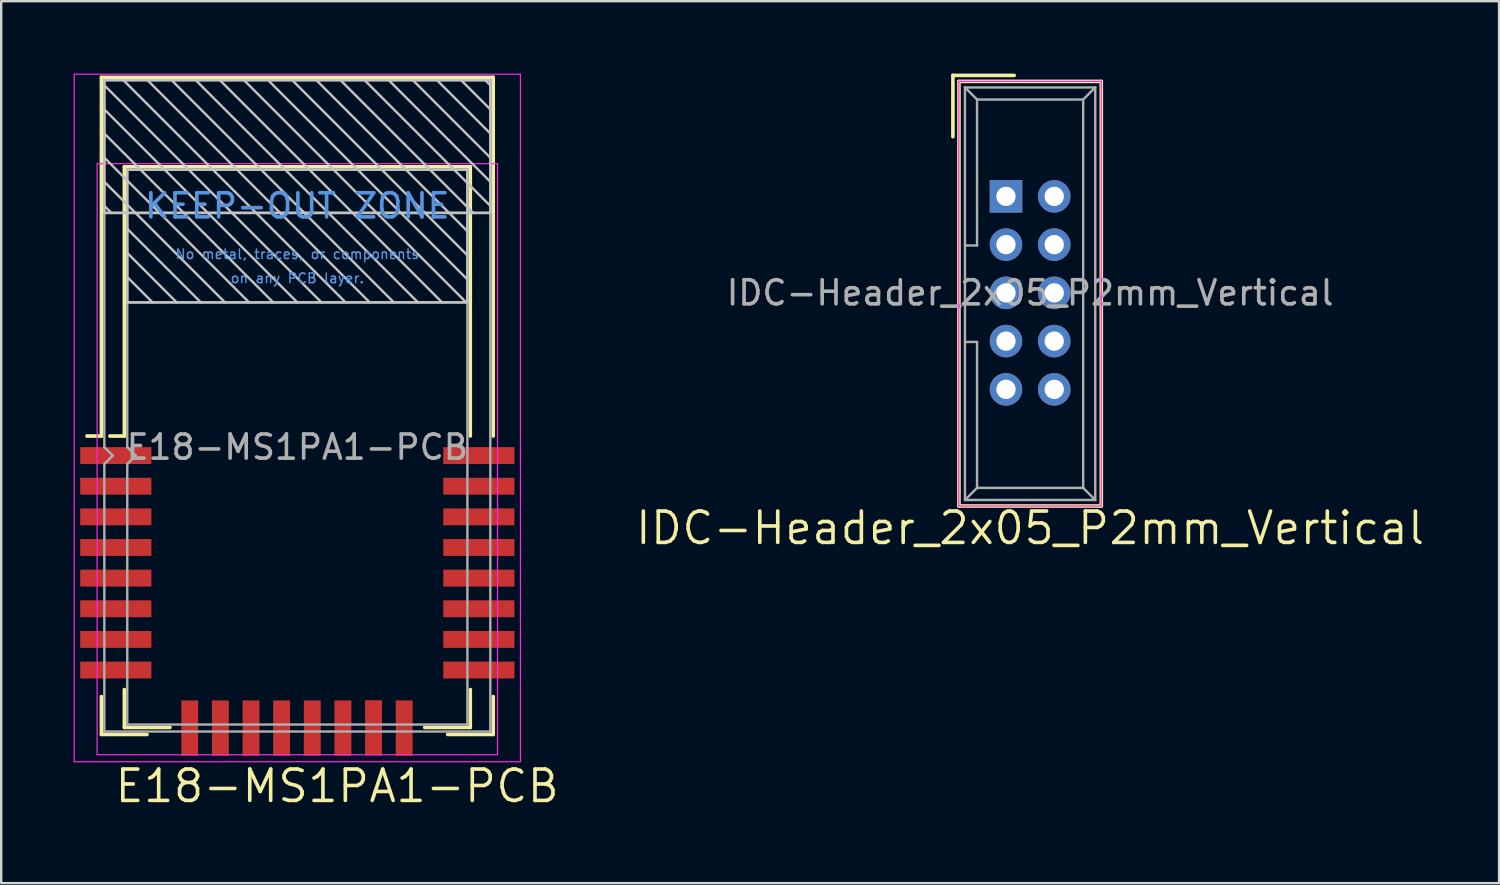
<source format=kicad_pcb>
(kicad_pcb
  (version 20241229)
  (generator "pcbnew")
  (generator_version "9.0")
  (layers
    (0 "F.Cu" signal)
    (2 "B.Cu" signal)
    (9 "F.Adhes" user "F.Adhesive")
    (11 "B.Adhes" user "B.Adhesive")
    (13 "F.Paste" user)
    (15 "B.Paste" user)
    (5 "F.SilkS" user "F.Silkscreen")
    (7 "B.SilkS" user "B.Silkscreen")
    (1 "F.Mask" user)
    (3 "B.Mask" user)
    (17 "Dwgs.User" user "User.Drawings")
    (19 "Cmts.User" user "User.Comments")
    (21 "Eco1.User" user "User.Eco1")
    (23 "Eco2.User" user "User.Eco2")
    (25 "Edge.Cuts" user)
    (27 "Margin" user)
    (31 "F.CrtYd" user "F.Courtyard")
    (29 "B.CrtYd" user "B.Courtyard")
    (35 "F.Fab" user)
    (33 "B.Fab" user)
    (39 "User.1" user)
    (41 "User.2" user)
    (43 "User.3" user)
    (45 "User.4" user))
  (footprint "E18-MS1PA1-PCB"
    (layer "F.Cu")
    (at 9.275 15.485)
    (property "Reference" "E18-MS1PA1-PCB" (at 1.65 14.05 180) (layer "F.SilkS") (effects (font (size 1.3 1.3) (thickness 0.15))))
    (attr smd)
    (fp_line (start -8.12 -15.33) (end -8.12 -0.46) (stroke (width 0.15) (type solid)) (layer "F.SilkS"))
    (fp_line (start -8.12 -0.46) (end -8.72 -0.46) (stroke (width 0.15) (type solid)) (layer "F.SilkS"))
    (fp_line (start -8.12 11.91) (end -8.12 10.34) (stroke (width 0.15) (type solid)) (layer "F.SilkS"))
    (fp_line (start -8.12 11.91) (end -6.23 11.91) (stroke (width 0.15) (type solid)) (layer "F.SilkS"))
    (fp_line (start -7.17 -11.62) (end -7.17 -0.46) (stroke (width 0.15) (type solid)) (layer "F.SilkS"))
    (fp_line (start -7.17 -0.46) (end -7.77 -0.46) (stroke (width 0.15) (type solid)) (layer "F.SilkS"))
    (fp_line (start -7.17 11.62) (end -7.17 10.05) (stroke (width 0.15) (type solid)) (layer "F.SilkS"))
    (fp_line (start -7.17 11.62) (end -5.28 11.62) (stroke (width 0.15) (type solid)) (layer "F.SilkS"))
    (fp_line (start 5.28 11.62) (end 7.17 11.62) (stroke (width 0.15) (type solid)) (layer "F.SilkS"))
    (fp_line (start 6.23 11.91) (end 8.12 11.91) (stroke (width 0.15) (type solid)) (layer "F.SilkS"))
    (fp_line (start 7.17 -11.62) (end -7.17 -11.62) (stroke (width 0.15) (type solid)) (layer "F.SilkS"))
    (fp_line (start 7.17 -0.46) (end 7.17 -11.62) (stroke (width 0.15) (type solid)) (layer "F.SilkS"))
    (fp_line (start 7.17 11.62) (end 7.17 10.05) (stroke (width 0.15) (type solid)) (layer "F.SilkS"))
    (fp_line (start 8.12 -15.33) (end -8.12 -15.33) (stroke (width 0.15) (type solid)) (layer "F.SilkS"))
    (fp_line (start 8.12 -0.46) (end 8.12 -15.33) (stroke (width 0.15) (type solid)) (layer "F.SilkS"))
    (fp_line (start 8.12 11.91) (end 8.12 10.34) (stroke (width 0.15) (type solid)) (layer "F.SilkS"))
    (fp_line (start -8 -15.21) (end 8 -15.21) (stroke (width 0.1) (type solid)) (layer "Dwgs.User"))
    (fp_line (start -8 -9.71) (end -8 -15.21) (stroke (width 0.1) (type solid)) (layer "Dwgs.User"))
    (fp_line (start -7.71 -9.71) (end -8 -10) (stroke (width 0.1) (type solid)) (layer "Dwgs.User"))
    (fp_line (start -7.05 -11.5) (end 7.05 -11.5) (stroke (width 0.1) (type solid)) (layer "Dwgs.User"))
    (fp_line (start -7.05 -6) (end -7.05 -11.5) (stroke (width 0.1) (type solid)) (layer "Dwgs.User"))
    (fp_line (start -6 -6) (end -7.05 -7.05) (stroke (width 0.1) (type solid)) (layer "Dwgs.User"))
    (fp_line (start -5 -6) (end -7.05 -8.05) (stroke (width 0.1) (type solid)) (layer "Dwgs.User"))
    (fp_line (start -4 -6) (end -7.05 -9.05) (stroke (width 0.1) (type solid)) (layer "Dwgs.User"))
    (fp_line (start -3 -6) (end -8 -11) (stroke (width 0.1) (type solid)) (layer "Dwgs.User"))
    (fp_line (start -2 -6) (end -8 -12) (stroke (width 0.1) (type solid)) (layer "Dwgs.User"))
    (fp_line (start -1.21 -15.21) (end 7.05 -6.95) (stroke (width 0.1) (type solid)) (layer "Dwgs.User"))
    (fp_line (start -1 -6) (end -8 -13) (stroke (width 0.1) (type solid)) (layer "Dwgs.User"))
    (fp_line (start 0 -6) (end -8 -14) (stroke (width 0.1) (type solid)) (layer "Dwgs.User"))
    (fp_line (start 0.79 -15.21) (end 7.05 -8.95) (stroke (width 0.1) (type solid)) (layer "Dwgs.User"))
    (fp_line (start 1 -6) (end -8 -15) (stroke (width 0.1) (type solid)) (layer "Dwgs.User"))
    (fp_line (start 2 -6) (end -7.21 -15.21) (stroke (width 0.1) (type solid)) (layer "Dwgs.User"))
    (fp_line (start 2.79 -15.21) (end 8 -10) (stroke (width 0.1) (type solid)) (layer "Dwgs.User"))
    (fp_line (start 3 -6) (end -6.21 -15.21) (stroke (width 0.1) (type solid)) (layer "Dwgs.User"))
    (fp_line (start 3.79 -15.21) (end 8 -11) (stroke (width 0.1) (type solid)) (layer "Dwgs.User"))
    (fp_line (start 4 -6) (end -5.21 -15.21) (stroke (width 0.1) (type solid)) (layer "Dwgs.User"))
    (fp_line (start 4.79 -15.21) (end 8 -12) (stroke (width 0.1) (type solid)) (layer "Dwgs.User"))
    (fp_line (start 5 -6) (end -4.21 -15.21) (stroke (width 0.1) (type solid)) (layer "Dwgs.User"))
    (fp_line (start 5.79 -15.21) (end 8 -13) (stroke (width 0.1) (type solid)) (layer "Dwgs.User"))
    (fp_line (start 6 -6) (end -3.21 -15.21) (stroke (width 0.1) (type solid)) (layer "Dwgs.User"))
    (fp_line (start 6.79 -15.21) (end 8 -14) (stroke (width 0.1) (type solid)) (layer "Dwgs.User"))
    (fp_line (start 7 -6) (end -2.21 -15.21) (stroke (width 0.1) (type solid)) (layer "Dwgs.User"))
    (fp_line (start 7.05 -11.5) (end 7.05 -6) (stroke (width 0.1) (type solid)) (layer "Dwgs.User"))
    (fp_line (start 7.05 -7.95) (end -0.21 -15.21) (stroke (width 0.1) (type solid)) (layer "Dwgs.User"))
    (fp_line (start 7.05 -6) (end -7.05 -6) (stroke (width 0.1) (type solid)) (layer "Dwgs.User"))
    (fp_line (start 7.29 -9.71) (end 1.79 -15.21) (stroke (width 0.1) (type solid)) (layer "Dwgs.User"))
    (fp_line (start 7.79 -15.21) (end 8 -15) (stroke (width 0.1) (type solid)) (layer "Dwgs.User"))
    (fp_line (start 8 -15.21) (end 8 -9.71) (stroke (width 0.1) (type solid)) (layer "Dwgs.User"))
    (fp_line (start 8 -9.71) (end -8 -9.71) (stroke (width 0.1) (type solid)) (layer "Dwgs.User"))
    (fp_line (start -9.25 -15.46) (end 9.25 -15.46) (stroke (width 0.05) (type solid)) (layer "F.CrtYd"))
    (fp_line (start -9.25 13.04) (end -9.25 -15.46) (stroke (width 0.05) (type solid)) (layer "F.CrtYd"))
    (fp_line (start -8.3 -11.75) (end 8.3 -11.75) (stroke (width 0.05) (type solid)) (layer "F.CrtYd"))
    (fp_line (start -8.3 12.75) (end -8.3 -11.75) (stroke (width 0.05) (type solid)) (layer "F.CrtYd"))
    (fp_line (start 8.3 -11.75) (end 8.3 12.75) (stroke (width 0.05) (type solid)) (layer "F.CrtYd"))
    (fp_line (start 8.3 12.75) (end -8.3 12.75) (stroke (width 0.05) (type solid)) (layer "F.CrtYd"))
    (fp_line (start 9.25 -15.46) (end 9.25 13.04) (stroke (width 0.05) (type solid)) (layer "F.CrtYd"))
    (fp_line (start 9.25 13.04) (end -9.25 13.04) (stroke (width 0.05) (type solid)) (layer "F.CrtYd"))
    (fp_line (start -8 -15.21) (end -8 0) (stroke (width 0.1) (type solid)) (layer "F.Fab"))
    (fp_line (start -8 -15.21) (end 8 -15.21) (stroke (width 0.1) (type solid)) (layer "F.Fab"))
    (fp_line (start -8 0) (end -7.65 0.35) (stroke (width 0.1) (type solid)) (layer "F.Fab"))
    (fp_line (start -8 0.7) (end -8 11.79) (stroke (width 0.1) (type solid)) (layer "F.Fab"))
    (fp_line (start -7.65 0.35) (end -8 0.7) (stroke (width 0.1) (type solid)) (layer "F.Fab"))
    (fp_line (start -7.05 -11.5) (end -7.05 0) (stroke (width 0.1) (type solid)) (layer "F.Fab"))
    (fp_line (start -7.05 -11.5) (end 7.05 -11.5) (stroke (width 0.1) (type solid)) (layer "F.Fab"))
    (fp_line (start -7.05 0) (end -6.7 0.35) (stroke (width 0.1) (type solid)) (layer "F.Fab"))
    (fp_line (start -7.05 0.7) (end -7.05 11.5) (stroke (width 0.1) (type solid)) (layer "F.Fab"))
    (fp_line (start -6.7 0.35) (end -7.05 0.7) (stroke (width 0.1) (type solid)) (layer "F.Fab"))
    (fp_line (start 7.05 -11.5) (end 7.05 11.5) (stroke (width 0.1) (type solid)) (layer "F.Fab"))
    (fp_line (start 7.05 -6) (end -7.05 -6) (stroke (width 0.1) (type solid)) (layer "F.Fab"))
    (fp_line (start 7.05 11.5) (end -7.05 11.5) (stroke (width 0.1) (type solid)) (layer "F.Fab"))
    (fp_line (start 8 -15.21) (end 8 11.79) (stroke (width 0.1) (type solid)) (layer "F.Fab"))
    (fp_line (start 8 -9.71) (end -8 -9.71) (stroke (width 0.1) (type solid)) (layer "F.Fab"))
    (fp_line (start 8 11.79) (end -8 11.79) (stroke (width 0.1) (type solid)) (layer "F.Fab"))
    (fp_text user "on any PCB layer." (at 0 -7 180) (layer "Cmts.User") (effects (font (size 0.4 0.4) (thickness 0.06))))
    (fp_text user "No metal, traces, or components" (at 0 -8 180) (layer "Cmts.User") (effects (font (size 0.4 0.4) (thickness 0.06))))
    (fp_text user "KEEP-OUT ZONE" (at 0 -10 180) (layer "Cmts.User") (effects (font (size 1 1) (thickness 0.15))))
    (fp_text user "${REFERENCE}" (at 0 0 180) (layer "F.Fab") (effects (font (size 1 1) (thickness 0.15))))
    (pad "1" smd rect (at -7.525 0.35 270) (size 0.7 2.95) (layers "F.Cu" "F.Mask" "F.Paste"))
    (pad "2" smd rect (at -7.525 1.62 270) (size 0.7 2.95) (layers "F.Cu" "F.Mask" "F.Paste"))
    (pad "3" smd rect (at -7.525 2.89 270) (size 0.7 2.95) (layers "F.Cu" "F.Mask" "F.Paste"))
    (pad "4" smd rect (at -7.525 4.16 270) (size 0.7 2.95) (layers "F.Cu" "F.Mask" "F.Paste"))
    (pad "5" smd rect (at -7.525 5.43 270) (size 0.7 2.95) (layers "F.Cu" "F.Mask" "F.Paste"))
    (pad "6" smd rect (at -7.525 6.7 270) (size 0.7 2.95) (layers "F.Cu" "F.Mask" "F.Paste"))
    (pad "7" smd rect (at -7.525 7.97 270) (size 0.7 2.95) (layers "F.Cu" "F.Mask" "F.Paste"))
    (pad "8" smd rect (at -7.525 9.24 270) (size 0.7 2.95) (layers "F.Cu" "F.Mask" "F.Paste"))
    (pad "9" smd rect (at -4.46 11.645 180) (size 0.7 2.29) (layers "F.Cu" "F.Mask" "F.Paste"))
    (pad "10" smd rect (at -3.19 11.645 180) (size 0.7 2.29) (layers "F.Cu" "F.Mask" "F.Paste"))
    (pad "11" smd rect (at -1.92 11.645 180) (size 0.7 2.29) (layers "F.Cu" "F.Mask" "F.Paste"))
    (pad "12" smd rect (at -0.65 11.645 180) (size 0.7 2.29) (layers "F.Cu" "F.Mask" "F.Paste"))
    (pad "13" smd rect (at 0.62 11.645 180) (size 0.7 2.29) (layers "F.Cu" "F.Mask" "F.Paste"))
    (pad "14" smd rect (at 1.89 11.645 180) (size 0.7 2.29) (layers "F.Cu" "F.Mask" "F.Paste"))
    (pad "15" smd rect (at 3.16 11.635 180) (size 0.7 2.29) (layers "F.Cu" "F.Mask" "F.Paste"))
    (pad "16" smd rect (at 4.43 11.645 180) (size 0.7 2.29) (layers "F.Cu" "F.Mask" "F.Paste"))
    (pad "17" smd rect (at 7.525 9.24 90) (size 0.7 2.95) (layers "F.Cu" "F.Mask" "F.Paste"))
    (pad "18" smd rect (at 7.525 7.97 90) (size 0.7 2.95) (layers "F.Cu" "F.Mask" "F.Paste"))
    (pad "19" smd rect (at 7.525 6.7 90) (size 0.7 2.95) (layers "F.Cu" "F.Mask" "F.Paste"))
    (pad "20" smd rect (at 7.525 5.43 90) (size 0.7 2.95) (layers "F.Cu" "F.Mask" "F.Paste"))
    (pad "21" smd rect (at 7.525 4.16 90) (size 0.7 2.95) (layers "F.Cu" "F.Mask" "F.Paste"))
    (pad "22" smd rect (at 7.525 2.89 90) (size 0.7 2.95) (layers "F.Cu" "F.Mask" "F.Paste"))
    (pad "23" smd rect (at 7.525 1.62 90) (size 0.7 2.95) (layers "F.Cu" "F.Mask" "F.Paste"))
    (pad "24" smd rect (at 7.525 0.35 90) (size 0.7 2.95) (layers "F.Cu" "F.Mask" "F.Paste")))
  (footprint "IDC-Header_2x05_P2mm_Vertical"
    (layer "F.Cu")
    (at 38.651 5.09)
    (property "Reference" "IDC-Header_2x05_P2mm_Vertical" (at 1 13.75 0) (layer "F.SilkS") (effects (font (size 1.3 1.3) (thickness 0.15))))
    (attr through_hole)
    (fp_line (start -2.2 -5.015) (end -2.2 -2.475) (stroke (width 0.15) (type solid)) (layer "F.SilkS"))
    (fp_line (start -2.2 -5.015) (end 0.34 -5.015) (stroke (width 0.15) (type solid)) (layer "F.SilkS"))
    (fp_line (start -1.95 -4.765) (end 3.95 -4.765) (stroke (width 0.15) (type solid)) (layer "F.SilkS"))
    (fp_line (start -1.95 12.835) (end -1.95 -4.765) (stroke (width 0.15) (type solid)) (layer "F.SilkS"))
    (fp_line (start 3.95 -4.765) (end 3.95 12.835) (stroke (width 0.15) (type solid)) (layer "F.SilkS"))
    (fp_line (start 3.95 12.835) (end -1.95 12.835) (stroke (width 0.15) (type solid)) (layer "F.SilkS"))
    (fp_line (start -1.955 -4.765) (end 3.95 -4.765) (stroke (width 0.05) (type solid)) (layer "F.CrtYd"))
    (fp_line (start -1.955 12.835) (end -1.955 -4.765) (stroke (width 0.05) (type solid)) (layer "F.CrtYd"))
    (fp_line (start 3.95 -4.765) (end 3.95 12.835) (stroke (width 0.05) (type solid)) (layer "F.CrtYd"))
    (fp_line (start 3.95 12.835) (end -1.955 12.835) (stroke (width 0.05) (type solid)) (layer "F.CrtYd"))
    (fp_line (start -1.7 -4.515) (end -1.7 12.585) (stroke (width 0.1) (type solid)) (layer "F.Fab"))
    (fp_line (start -1.7 -4.515) (end -1.2 -4.015) (stroke (width 0.1) (type solid)) (layer "F.Fab"))
    (fp_line (start -1.7 12.585) (end -1.2 12.085) (stroke (width 0.1) (type solid)) (layer "F.Fab"))
    (fp_line (start -1.2 -4.015) (end -1.2 2.035) (stroke (width 0.1) (type solid)) (layer "F.Fab"))
    (fp_line (start -1.2 2.035) (end -1.7 2.035) (stroke (width 0.1) (type solid)) (layer "F.Fab"))
    (fp_line (start -1.2 6.035) (end -1.7 6.035) (stroke (width 0.1) (type solid)) (layer "F.Fab"))
    (fp_line (start -1.2 6.035) (end -1.2 12.085) (stroke (width 0.1) (type solid)) (layer "F.Fab"))
    (fp_line (start 3.16 -4.015) (end -1.2 -4.015) (stroke (width 0.1) (type solid)) (layer "F.Fab"))
    (fp_line (start 3.2 -4.015) (end 3.2 12.085) (stroke (width 0.1) (type solid)) (layer "F.Fab"))
    (fp_line (start 3.2 12.085) (end -1.2 12.085) (stroke (width 0.1) (type solid)) (layer "F.Fab"))
    (fp_line (start 3.7 -4.515) (end -1.7 -4.515) (stroke (width 0.1) (type solid)) (layer "F.Fab"))
    (fp_line (start 3.7 -4.515) (end 3.2 -4.015) (stroke (width 0.1) (type solid)) (layer "F.Fab"))
    (fp_line (start 3.7 -4.515) (end 3.7 12.585) (stroke (width 0.1) (type solid)) (layer "F.Fab"))
    (fp_line (start 3.7 12.585) (end -1.7 12.585) (stroke (width 0.1) (type solid)) (layer "F.Fab"))
    (fp_line (start 3.7 12.585) (end 3.2 12.085) (stroke (width 0.1) (type solid)) (layer "F.Fab"))
    (fp_text user "${REFERENCE}" (at 1 4 0) (layer "F.Fab") (effects (font (size 1 1) (thickness 0.15))))
    (pad "1" thru_hole rect (at 0 0) (size 1.35 1.35) (drill 0.8) (layers "*.Cu" "*.Mask"))
    (pad "2" thru_hole circle (at 2 0) (size 1.35 1.35) (drill 0.8) (layers "*.Cu" "*.Mask"))
    (pad "3" thru_hole circle (at 0 2) (size 1.35 1.35) (drill 0.8) (layers "*.Cu" "*.Mask"))
    (pad "4" thru_hole circle (at 2 2) (size 1.35 1.35) (drill 0.8) (layers "*.Cu" "*.Mask"))
    (pad "5" thru_hole circle (at 0 4) (size 1.35 1.35) (drill 0.8) (layers "*.Cu" "*.Mask"))
    (pad "6" thru_hole circle (at 2 4) (size 1.35 1.35) (drill 0.8) (layers "*.Cu" "*.Mask"))
    (pad "7" thru_hole circle (at 0 6) (size 1.35 1.35) (drill 0.8) (layers "*.Cu" "*.Mask"))
    (pad "8" thru_hole circle (at 2 6) (size 1.35 1.35) (drill 0.8) (layers "*.Cu" "*.Mask"))
    (pad "9" thru_hole circle (at 0 8) (size 1.35 1.35) (drill 0.8) (layers "*.Cu" "*.Mask"))
    (pad "10" thru_hole circle (at 2 8) (size 1.35 1.35) (drill 0.8) (layers "*.Cu" "*.Mask")))
  (gr_rect
    (start -3 -3)
    (end 59.089 33.559)
    (stroke (width 0.1) (type default))
    (fill no)
    (layer "Edge.Cuts")))
</source>
